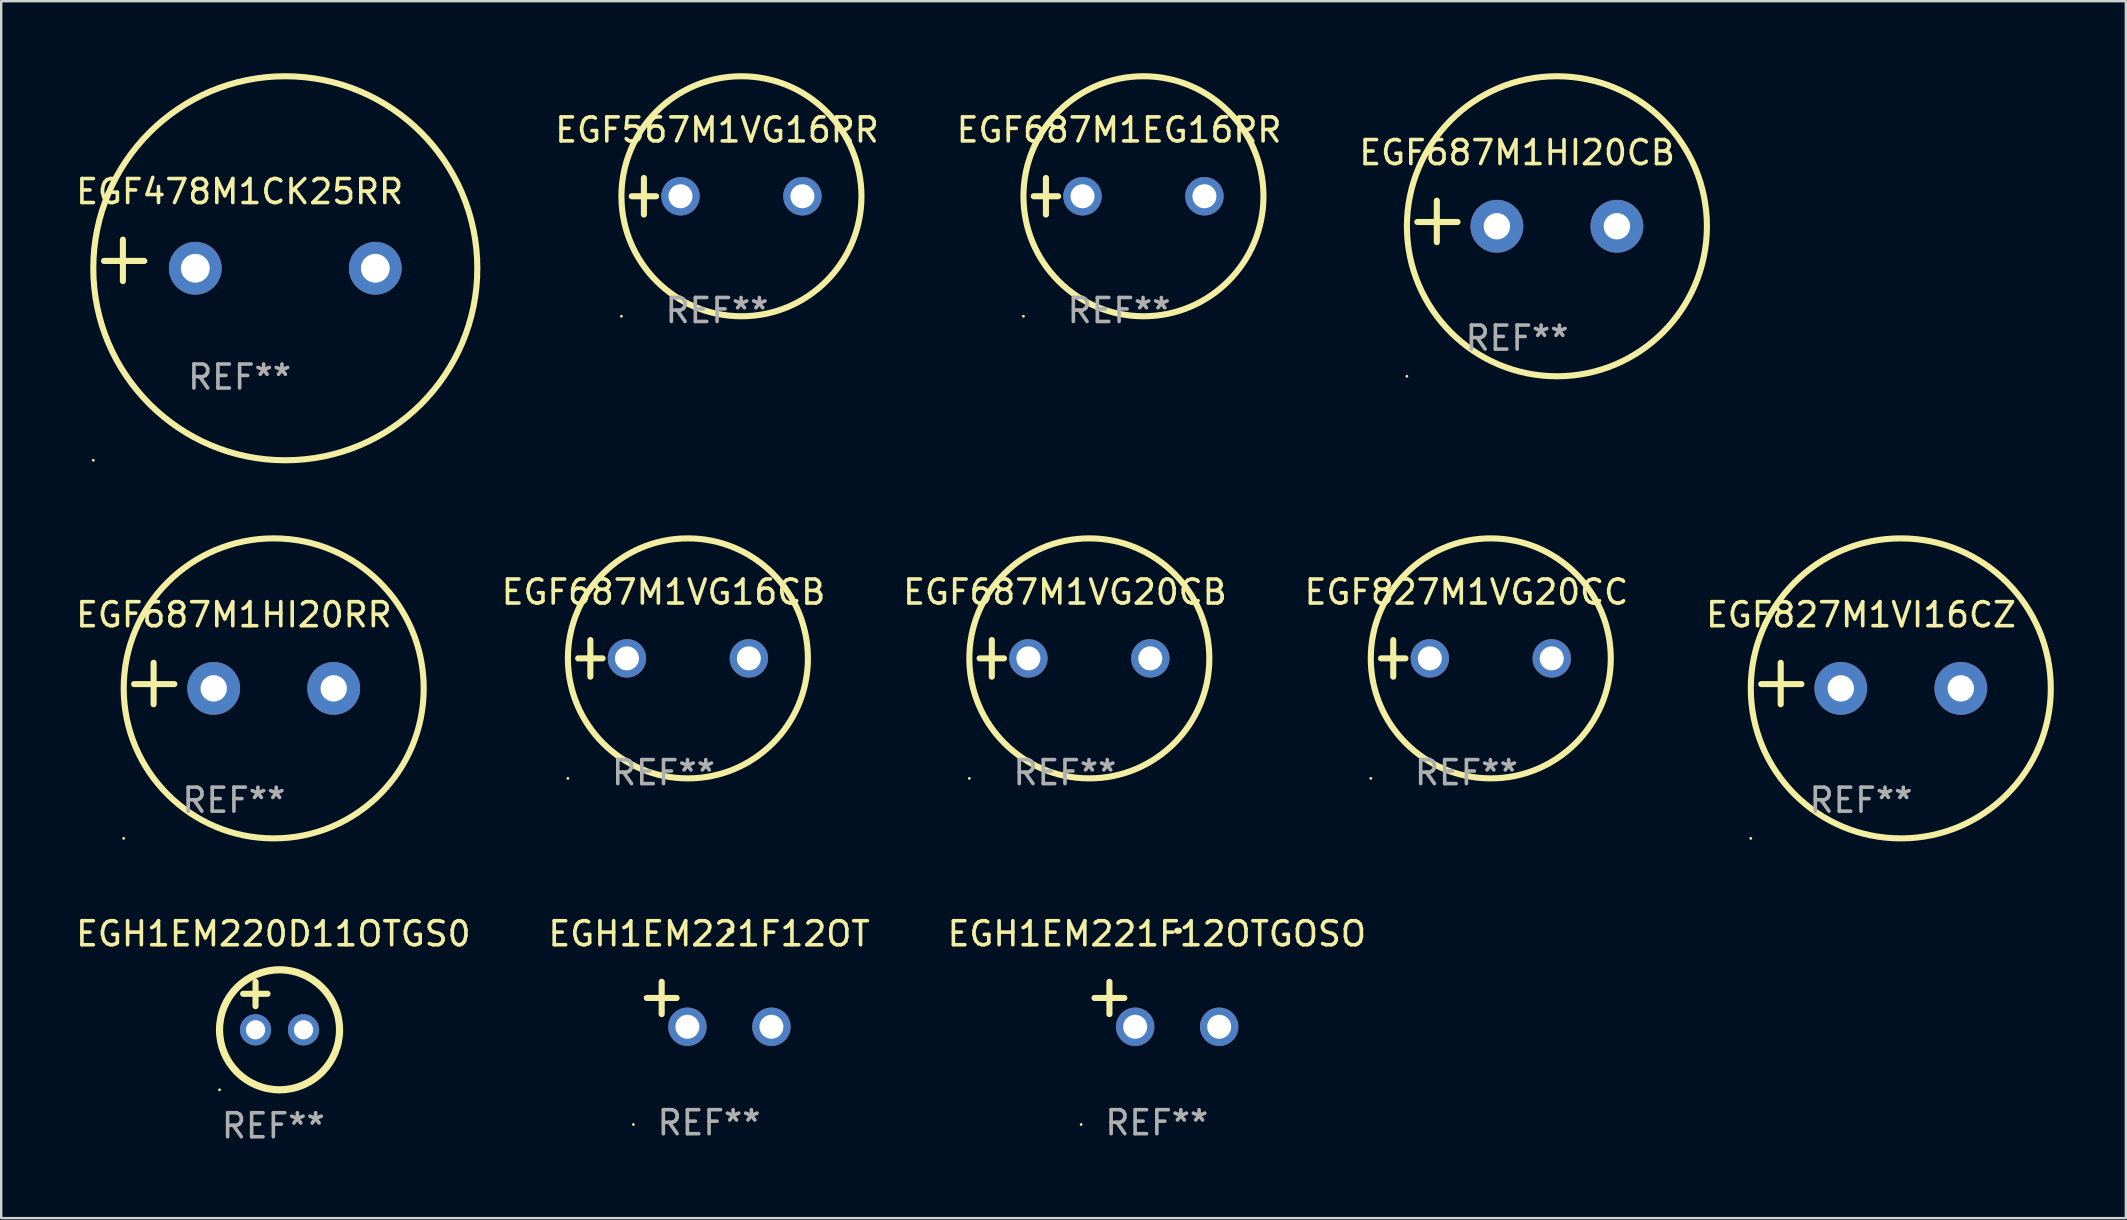
<source format=kicad_pcb>
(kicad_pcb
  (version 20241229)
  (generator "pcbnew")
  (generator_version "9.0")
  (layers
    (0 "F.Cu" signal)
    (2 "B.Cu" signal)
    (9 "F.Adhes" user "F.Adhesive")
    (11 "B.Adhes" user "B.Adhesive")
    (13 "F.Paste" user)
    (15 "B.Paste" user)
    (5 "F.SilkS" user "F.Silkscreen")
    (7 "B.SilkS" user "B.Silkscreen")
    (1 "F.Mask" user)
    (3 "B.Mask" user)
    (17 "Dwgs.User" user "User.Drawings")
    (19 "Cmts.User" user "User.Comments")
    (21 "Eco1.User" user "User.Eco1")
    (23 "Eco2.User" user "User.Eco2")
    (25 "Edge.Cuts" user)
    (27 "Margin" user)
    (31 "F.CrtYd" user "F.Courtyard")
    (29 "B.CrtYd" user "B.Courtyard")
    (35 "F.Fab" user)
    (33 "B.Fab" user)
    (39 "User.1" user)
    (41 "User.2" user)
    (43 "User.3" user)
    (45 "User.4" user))
  (footprint "EGF687M1VG16CB"
    (layer "F.Cu")
    (at 24.595 24.381)
    (property "Reference" "EGF687M1VG16CB" (at 0 -2.762 0) (layer "F.SilkS") (effects (font (size 1 1) (thickness 0.15))))
    (attr through_hole)
    (fp_line (start -3.556 0) (end -2.54 0) (stroke (width 0.254) (type solid)) (layer "F.SilkS"))
    (fp_line (start -3.048 -0.762) (end -3.048 0.762) (stroke (width 0.254) (type solid)) (layer "F.SilkS"))
    (fp_circle (center -3.984 5) (end -3.954 5) (stroke (width 0.06) (type solid)) (fill no) (layer "F.SilkS"))
    (fp_circle (center 1.016 0) (end 6.016 0) (stroke (width 0.254) (type solid)) (fill no) (layer "F.SilkS"))
    (fp_text user "REF**" (at 0 4.762 0) (layer "F.Fab") (effects (font (size 1 1) (thickness 0.15))))
    (pad "1" thru_hole circle (at -1.524 0) (size 1.6 1.6) (drill 1) (layers "*.Cu" "*.Mask"))
    (pad "2" thru_hole circle (at 3.556 0) (size 1.6 1.6) (drill 1) (layers "*.Cu" "*.Mask")))
  (footprint "EGH1EM221F12OT"
    (layer "F.Cu")
    (at 26.494 38.793)
    (property "Reference" "EGH1EM221F12OT" (at 0 -2.937 0) (layer "F.SilkS") (effects (font (size 1 1) (thickness 0.15))))
    (attr through_hole)
    (fp_line (start -1.975 0.41) (end -1.975 -0.937) (stroke (width 0.254) (type solid)) (layer "F.SilkS"))
    (fp_line (start -1.353 -0.263) (end -2.597 -0.263) (stroke (width 0.254) (type solid)) (layer "F.SilkS"))
    (fp_arc (start 0.849809 -3.063957) (mid 0.885369 -3.064114) (end 0.920929 -3.063957) (stroke (width 0.254001) (type solid)) (layer "F.SilkS"))
    (fp_circle (center -3.154 5.008) (end -3.124 5.008) (stroke (width 0.06) (type solid)) (fill no) (layer "F.SilkS"))
    (fp_text user "REF**" (at 0 4.937 0) (layer "F.Fab") (effects (font (size 1 1) (thickness 0.15))))
    (pad "1" thru_hole circle (at -0.903 0.937) (size 1.6 1.6) (drill 1) (layers "*.Cu" "*.Mask"))
    (pad "2" thru_hole circle (at 2.597 0.937) (size 1.6 1.6) (drill 1) (layers "*.Cu" "*.Mask")))
  (footprint "EGF827M1VI16CZ"
    (layer "F.Cu")
    (at 74.488 25.428)
    (property "Reference" "EGF827M1VI16CZ" (at 0 -2.864 0) (layer "F.SilkS") (effects (font (size 1 1) (thickness 0.15))))
    (attr through_hole)
    (fp_line (start -3.346 0.864) (end -3.346 -0.864) (stroke (width 0.254) (type solid)) (layer "F.SilkS"))
    (fp_line (start -2.482 0.025) (end -4.158 0.025) (stroke (width 0.254) (type solid)) (layer "F.SilkS"))
    (fp_circle (center -4.592 6.453) (end -4.562 6.453) (stroke (width 0.06) (type solid)) (fill no) (layer "F.SilkS"))
    (fp_circle (center 1.658 0.203) (end 7.908 0.203) (stroke (width 0.254) (type solid)) (fill no) (layer "F.SilkS"))
    (fp_text user "REF**" (at 0 4.864 0) (layer "F.Fab") (effects (font (size 1 1) (thickness 0.15))))
    (pad "1" thru_hole circle (at -0.842 0.203) (size 2.2 2.2) (drill 1.1) (layers "*.Cu" "*.Mask"))
    (pad "2" thru_hole circle (at 4.158 0.203) (size 2.2 2.2) (drill 1.1) (layers "*.Cu" "*.Mask")))
  (footprint "EGF687M1HI20CB"
    (layer "F.Cu")
    (at 60.16 6.174)
    (property "Reference" "EGF687M1HI20CB" (at 0 -2.864 0) (layer "F.SilkS") (effects (font (size 1 1) (thickness 0.15))))
    (attr through_hole)
    (fp_line (start -3.346 0.864) (end -3.346 -0.864) (stroke (width 0.254) (type solid)) (layer "F.SilkS"))
    (fp_line (start -2.482 0.025) (end -4.158 0.025) (stroke (width 0.254) (type solid)) (layer "F.SilkS"))
    (fp_circle (center -4.592 6.453) (end -4.562 6.453) (stroke (width 0.06) (type solid)) (fill no) (layer "F.SilkS"))
    (fp_circle (center 1.658 0.203) (end 7.908 0.203) (stroke (width 0.254) (type solid)) (fill no) (layer "F.SilkS"))
    (fp_text user "REF**" (at 0 4.864 0) (layer "F.Fab") (effects (font (size 1 1) (thickness 0.15))))
    (pad "1" thru_hole circle (at -0.842 0.203) (size 2.2 2.2) (drill 1.1) (layers "*.Cu" "*.Mask"))
    (pad "2" thru_hole circle (at 4.158 0.203) (size 2.2 2.2) (drill 1.1) (layers "*.Cu" "*.Mask")))
  (footprint "EGH1EM221F12OTGOSO"
    (layer "F.Cu")
    (at 45.149 38.793)
    (property "Reference" "EGH1EM221F12OTGOSO" (at 0 -2.937 0) (layer "F.SilkS") (effects (font (size 1 1) (thickness 0.15))))
    (attr through_hole)
    (fp_line (start -1.975 0.41) (end -1.975 -0.937) (stroke (width 0.254) (type solid)) (layer "F.SilkS"))
    (fp_line (start -1.353 -0.263) (end -2.597 -0.263) (stroke (width 0.254) (type solid)) (layer "F.SilkS"))
    (fp_arc (start 0.849809 -3.063957) (mid 0.885369 -3.064114) (end 0.920929 -3.063957) (stroke (width 0.254001) (type solid)) (layer "F.SilkS"))
    (fp_circle (center -3.154 5.008) (end -3.124 5.008) (stroke (width 0.06) (type solid)) (fill no) (layer "F.SilkS"))
    (fp_text user "REF**" (at 0 4.937 0) (layer "F.Fab") (effects (font (size 1 1) (thickness 0.15))))
    (pad "1" thru_hole circle (at -0.903 0.937) (size 1.6 1.6) (drill 1) (layers "*.Cu" "*.Mask"))
    (pad "2" thru_hole circle (at 2.597 0.937) (size 1.6 1.6) (drill 1) (layers "*.Cu" "*.Mask")))
  (footprint "EGF687M1VG20CB"
    (layer "F.Cu")
    (at 41.321 24.381)
    (property "Reference" "EGF687M1VG20CB" (at 0 -2.762 0) (layer "F.SilkS") (effects (font (size 1 1) (thickness 0.15))))
    (attr through_hole)
    (fp_line (start -3.556 0) (end -2.54 0) (stroke (width 0.254) (type solid)) (layer "F.SilkS"))
    (fp_line (start -3.048 -0.762) (end -3.048 0.762) (stroke (width 0.254) (type solid)) (layer "F.SilkS"))
    (fp_circle (center -3.984 5) (end -3.954 5) (stroke (width 0.06) (type solid)) (fill no) (layer "F.SilkS"))
    (fp_circle (center 1.016 0) (end 6.016 0) (stroke (width 0.254) (type solid)) (fill no) (layer "F.SilkS"))
    (fp_text user "REF**" (at 0 4.762 0) (layer "F.Fab") (effects (font (size 1 1) (thickness 0.15))))
    (pad "1" thru_hole circle (at -1.524 0) (size 1.6 1.6) (drill 1) (layers "*.Cu" "*.Mask"))
    (pad "2" thru_hole circle (at 3.556 0) (size 1.6 1.6) (drill 1) (layers "*.Cu" "*.Mask")))
  (footprint "EGH1EM220D11OTGS0"
    (layer "F.Cu")
    (at 8.339 38.856)
    (property "Reference" "EGH1EM220D11OTGS0" (at 0 -3 0) (layer "F.SilkS") (effects (font (size 1 1) (thickness 0.15))))
    (attr through_hole)
    (fp_line (start -1.258 -0.5) (end -0.242 -0.5) (stroke (width 0.254) (type solid)) (layer "F.SilkS"))
    (fp_line (start -0.742 -1) (end -0.742 0.016) (stroke (width 0.254) (type solid)) (layer "F.SilkS"))
    (fp_circle (center -2.242 3.5) (end -2.212 3.5) (stroke (width 0.06) (type solid)) (fill no) (layer "F.SilkS"))
    (fp_circle (center 0.258 1) (end 2.758 1) (stroke (width 0.3) (type solid)) (fill no) (layer "F.SilkS"))
    (fp_text user "REF**" (at 0 5 0) (layer "F.Fab") (effects (font (size 1 1) (thickness 0.15))))
    (pad "1" thru_hole circle (at -0.742 1) (size 1.3 1.3) (drill 0.8) (layers "*.Cu" "*.Mask"))
    (pad "2" thru_hole circle (at 1.258 1) (size 1.3 1.3) (drill 0.8) (layers "*.Cu" "*.Mask")))
  (footprint "EGF687M1HI20RR"
    (layer "F.Cu")
    (at 6.696 25.428)
    (property "Reference" "EGF687M1HI20RR" (at 0 -2.864 0) (layer "F.SilkS") (effects (font (size 1 1) (thickness 0.15))))
    (attr through_hole)
    (fp_line (start -3.346 0.864) (end -3.346 -0.864) (stroke (width 0.254) (type solid)) (layer "F.SilkS"))
    (fp_line (start -2.482 0.025) (end -4.158 0.025) (stroke (width 0.254) (type solid)) (layer "F.SilkS"))
    (fp_circle (center -4.592 6.453) (end -4.562 6.453) (stroke (width 0.06) (type solid)) (fill no) (layer "F.SilkS"))
    (fp_circle (center 1.658 0.203) (end 7.908 0.203) (stroke (width 0.254) (type solid)) (fill no) (layer "F.SilkS"))
    (fp_text user "REF**" (at 0 4.864 0) (layer "F.Fab") (effects (font (size 1 1) (thickness 0.15))))
    (pad "1" thru_hole circle (at -0.842 0.203) (size 2.2 2.2) (drill 1.1) (layers "*.Cu" "*.Mask"))
    (pad "2" thru_hole circle (at 4.158 0.203) (size 2.2 2.2) (drill 1.1) (layers "*.Cu" "*.Mask")))
  (footprint "EGF827M1VG20CC"
    (layer "F.Cu")
    (at 58.047 24.381)
    (property "Reference" "EGF827M1VG20CC" (at 0 -2.762 0) (layer "F.SilkS") (effects (font (size 1 1) (thickness 0.15))))
    (attr through_hole)
    (fp_line (start -3.556 0) (end -2.54 0) (stroke (width 0.254) (type solid)) (layer "F.SilkS"))
    (fp_line (start -3.048 -0.762) (end -3.048 0.762) (stroke (width 0.254) (type solid)) (layer "F.SilkS"))
    (fp_circle (center -3.984 5) (end -3.954 5) (stroke (width 0.06) (type solid)) (fill no) (layer "F.SilkS"))
    (fp_circle (center 1.016 0) (end 6.016 0) (stroke (width 0.254) (type solid)) (fill no) (layer "F.SilkS"))
    (fp_text user "REF**" (at 0 4.762 0) (layer "F.Fab") (effects (font (size 1 1) (thickness 0.15))))
    (pad "1" thru_hole circle (at -1.524 0) (size 1.6 1.6) (drill 1) (layers "*.Cu" "*.Mask"))
    (pad "2" thru_hole circle (at 3.556 0) (size 1.6 1.6) (drill 1) (layers "*.Cu" "*.Mask")))
  (footprint "EGF478M1CK25RR"
    (layer "F.Cu")
    (at 6.935 7.797)
    (property "Reference" "EGF478M1CK25RR" (at 0 -2.864 0) (layer "F.SilkS") (effects (font (size 1 1) (thickness 0.15))))
    (attr through_hole)
    (fp_line (start -4.864 0.864) (end -4.864 -0.864) (stroke (width 0.254) (type solid)) (layer "F.SilkS"))
    (fp_line (start -3.975 0.025) (end -5.652 0.025) (stroke (width 0.254) (type solid)) (layer "F.SilkS"))
    (fp_circle (center -6.098 8.33) (end -6.068 8.33) (stroke (width 0.06) (type solid)) (fill no) (layer "F.SilkS"))
    (fp_circle (center 1.902 0.33) (end 9.902 0.33) (stroke (width 0.254) (type solid)) (fill no) (layer "F.SilkS"))
    (fp_text user "REF**" (at 0 4.864 0) (layer "F.Fab") (effects (font (size 1 1) (thickness 0.15))))
    (pad "1" thru_hole circle (at -1.848 0.33) (size 2.2 2.2) (drill 1.2) (layers "*.Cu" "*.Mask"))
    (pad "2" thru_hole circle (at 5.652 0.33) (size 2.2 2.2) (drill 1.2) (layers "*.Cu" "*.Mask")))
  (footprint "EGF687M1EG16RR"
    (layer "F.Cu")
    (at 43.576 5.127)
    (property "Reference" "EGF687M1EG16RR" (at 0 -2.762 0) (layer "F.SilkS") (effects (font (size 1 1) (thickness 0.15))))
    (attr through_hole)
    (fp_line (start -3.556 0) (end -2.54 0) (stroke (width 0.254) (type solid)) (layer "F.SilkS"))
    (fp_line (start -3.048 -0.762) (end -3.048 0.762) (stroke (width 0.254) (type solid)) (layer "F.SilkS"))
    (fp_circle (center -3.984 5) (end -3.954 5) (stroke (width 0.06) (type solid)) (fill no) (layer "F.SilkS"))
    (fp_circle (center 1.016 0) (end 6.016 0) (stroke (width 0.254) (type solid)) (fill no) (layer "F.SilkS"))
    (fp_text user "REF**" (at 0 4.762 0) (layer "F.Fab") (effects (font (size 1 1) (thickness 0.15))))
    (pad "1" thru_hole circle (at -1.524 0) (size 1.6 1.6) (drill 1) (layers "*.Cu" "*.Mask"))
    (pad "2" thru_hole circle (at 3.556 0) (size 1.6 1.6) (drill 1) (layers "*.Cu" "*.Mask")))
  (footprint "EGF567M1VG16RR"
    (layer "F.Cu")
    (at 26.826 5.127)
    (property "Reference" "EGF567M1VG16RR" (at 0 -2.762 0) (layer "F.SilkS") (effects (font (size 1 1) (thickness 0.15))))
    (attr through_hole)
    (fp_line (start -3.556 0) (end -2.54 0) (stroke (width 0.254) (type solid)) (layer "F.SilkS"))
    (fp_line (start -3.048 -0.762) (end -3.048 0.762) (stroke (width 0.254) (type solid)) (layer "F.SilkS"))
    (fp_circle (center -3.984 5) (end -3.954 5) (stroke (width 0.06) (type solid)) (fill no) (layer "F.SilkS"))
    (fp_circle (center 1.016 0) (end 6.016 0) (stroke (width 0.254) (type solid)) (fill no) (layer "F.SilkS"))
    (fp_text user "REF**" (at 0 4.762 0) (layer "F.Fab") (effects (font (size 1 1) (thickness 0.15))))
    (pad "1" thru_hole circle (at -1.524 0) (size 1.6 1.6) (drill 1) (layers "*.Cu" "*.Mask"))
    (pad "2" thru_hole circle (at 3.556 0) (size 1.6 1.6) (drill 1) (layers "*.Cu" "*.Mask")))
  (gr_rect
    (start -3 -3)
    (end 85.523 47.704)
    (stroke (width 0.1) (type default))
    (fill no)
    (layer "Edge.Cuts")))
</source>
